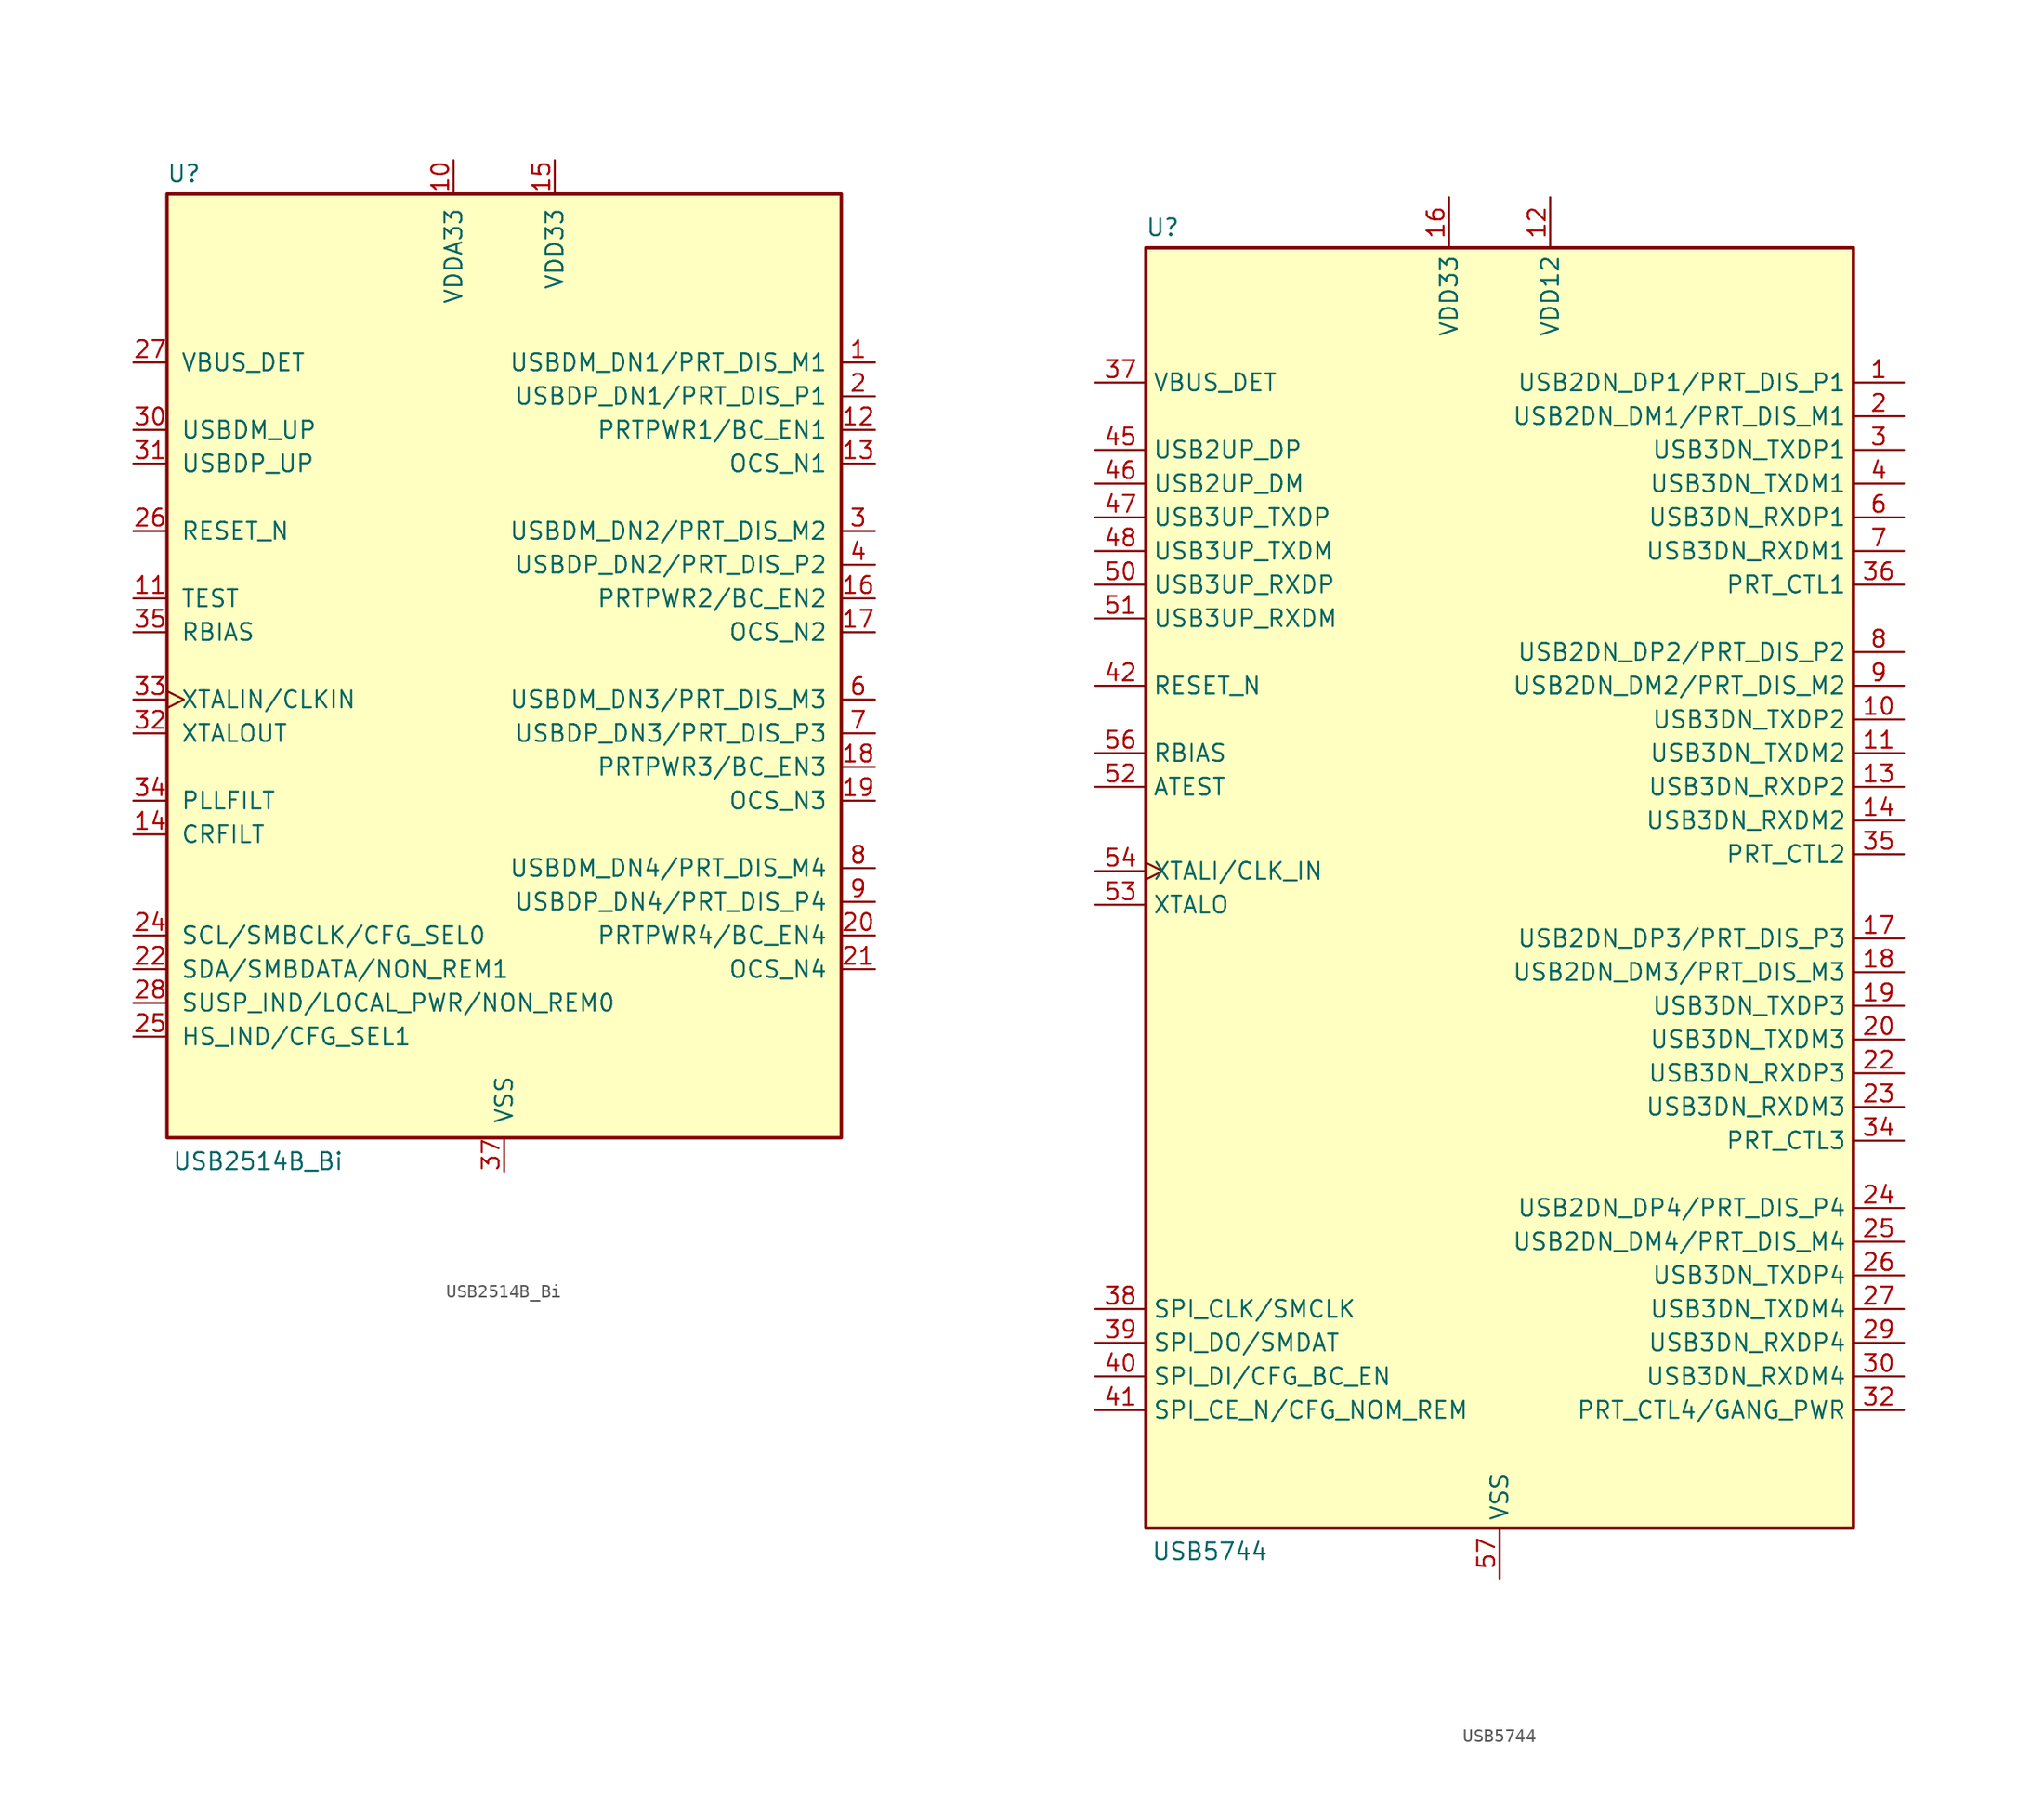
<source format=kicad_sym>
(kicad_symbol_lib
  (version 20241209)
  (generator "kicad_symbol_editor")
  (generator_version "9.0")
  (symbol "USB2514B_Bi"
    (pin_names
      (offset 1.016))
    (property "Reference" "U"
      (at -24.13 37.084 0)
      (effects (font (size 1.27 1.27))))
    (property "Value" "USB2514B_Bi"
      (at -18.542 -37.338 0)
      (effects (font (size 1.27 1.27))))
    (symbol "USB2514B_Bi_0_1"
      (rectangle (start -25.4 35.56) (end 25.4 -35.56) (stroke (width 0.254) (type default)) (fill (type background))))
    (symbol "USB2514B_Bi_1_1"
      (pin input line (at -27.94 22.86 0) (length 2.54) (name "VBUS_DET" (effects (font (size 1.27 1.27)))) (number "27" (effects (font (size 1.27 1.27)))))
      (pin bidirectional line (at -27.94 17.78 0) (length 2.54) (name "USBDM_UP" (effects (font (size 1.27 1.27)))) (number "30" (effects (font (size 1.27 1.27)))))
      (pin bidirectional line (at -27.94 15.24 0) (length 2.54) (name "USBDP_UP" (effects (font (size 1.27 1.27)))) (number "31" (effects (font (size 1.27 1.27)))))
      (pin input line (at -27.94 10.16 0) (length 2.54) (name "RESET_N" (effects (font (size 1.27 1.27)))) (number "26" (effects (font (size 1.27 1.27)))))
      (pin input line (at -27.94 5.08 0) (length 2.54) (name "TEST" (effects (font (size 1.27 1.27)))) (number "11" (effects (font (size 1.27 1.27)))))
      (pin input line (at -27.94 2.54 0) (length 2.54) (name "RBIAS" (effects (font (size 1.27 1.27)))) (number "35" (effects (font (size 1.27 1.27)))))
      (pin input clock (at -27.94 -2.54 0) (length 2.54) (name "XTALIN/CLKIN" (effects (font (size 1.27 1.27)))) (number "33" (effects (font (size 1.27 1.27)))))
      (pin output line (at -27.94 -5.08 0) (length 2.54) (name "XTALOUT" (effects (font (size 1.27 1.27)))) (number "32" (effects (font (size 1.27 1.27)))))
      (pin input line (at -27.94 -10.16 0) (length 2.54) (name "PLLFILT" (effects (font (size 1.27 1.27)))) (number "34" (effects (font (size 1.27 1.27)))))
      (pin input line (at -27.94 -12.7 0) (length 2.54) (name "CRFILT" (effects (font (size 1.27 1.27)))) (number "14" (effects (font (size 1.27 1.27)))))
      (pin bidirectional line (at -27.94 -20.32 0) (length 2.54) (name "SCL/SMBCLK/CFG_SEL0" (effects (font (size 1.27 1.27)))) (number "24" (effects (font (size 1.27 1.27)))))
      (pin bidirectional line (at -27.94 -22.86 0) (length 2.54) (name "SDA/SMBDATA/NON_REM1" (effects (font (size 1.27 1.27)))) (number "22" (effects (font (size 1.27 1.27)))))
      (pin bidirectional line (at -27.94 -25.4 0) (length 2.54) (name "SUSP_IND/LOCAL_PWR/NON_REM0" (effects (font (size 1.27 1.27)))) (number "28" (effects (font (size 1.27 1.27)))))
      (pin bidirectional line (at -27.94 -27.94 0) (length 2.54) (name "HS_IND/CFG_SEL1" (effects (font (size 1.27 1.27)))) (number "25" (effects (font (size 1.27 1.27)))))
      (pin input line (at -3.81 38.1 270) (length 2.54) (name "VDDA33" (effects (font (size 1.27 1.27)))) (number "10" (effects (font (size 1.27 1.27)))))
      (pin passive line (at -3.81 38.1 270) (length 2.54) (hide yes) (name "VDDA33" (effects (font (size 1.27 1.27)))) (number "29" (effects (font (size 1.27 1.27)))))
      (pin passive line (at -3.81 38.1 270) (length 2.54) (hide yes) (name "VDDA33" (effects (font (size 1.27 1.27)))) (number "36" (effects (font (size 1.27 1.27)))))
      (pin passive line (at -3.81 38.1 270) (length 2.54) (hide yes) (name "VDDA33" (effects (font (size 1.27 1.27)))) (number "5" (effects (font (size 1.27 1.27)))))
      (pin power_in line (at 0 -38.1 90) (length 2.54) (name "VSS" (effects (font (size 1.27 1.27)))) (number "37" (effects (font (size 1.27 1.27)))))
      (pin power_in line (at 3.81 38.1 270) (length 2.54) (name "VDD33" (effects (font (size 1.27 1.27)))) (number "15" (effects (font (size 1.27 1.27)))))
      (pin passive line (at 3.81 38.1 270) (length 2.54) (hide yes) (name "VDD33" (effects (font (size 1.27 1.27)))) (number "23" (effects (font (size 1.27 1.27)))))
      (pin bidirectional line (at 27.94 22.86 180) (length 2.54) (name "USBDM_DN1/PRT_DIS_M1" (effects (font (size 1.27 1.27)))) (number "1" (effects (font (size 1.27 1.27)))))
      (pin bidirectional line (at 27.94 20.32 180) (length 2.54) (name "USBDP_DN1/PRT_DIS_P1" (effects (font (size 1.27 1.27)))) (number "2" (effects (font (size 1.27 1.27)))))
      (pin bidirectional line (at 27.94 17.78 180) (length 2.54) (name "PRTPWR1/BC_EN1" (effects (font (size 1.27 1.27)))) (number "12" (effects (font (size 1.27 1.27)))))
      (pin input line (at 27.94 15.24 180) (length 2.54) (name "OCS_N1" (effects (font (size 1.27 1.27)))) (number "13" (effects (font (size 1.27 1.27)))))
      (pin bidirectional line (at 27.94 10.16 180) (length 2.54) (name "USBDM_DN2/PRT_DIS_M2" (effects (font (size 1.27 1.27)))) (number "3" (effects (font (size 1.27 1.27)))))
      (pin bidirectional line (at 27.94 7.62 180) (length 2.54) (name "USBDP_DN2/PRT_DIS_P2" (effects (font (size 1.27 1.27)))) (number "4" (effects (font (size 1.27 1.27)))))
      (pin bidirectional line (at 27.94 5.08 180) (length 2.54) (name "PRTPWR2/BC_EN2" (effects (font (size 1.27 1.27)))) (number "16" (effects (font (size 1.27 1.27)))))
      (pin input line (at 27.94 2.54 180) (length 2.54) (name "OCS_N2" (effects (font (size 1.27 1.27)))) (number "17" (effects (font (size 1.27 1.27)))))
      (pin bidirectional line (at 27.94 -2.54 180) (length 2.54) (name "USBDM_DN3/PRT_DIS_M3" (effects (font (size 1.27 1.27)))) (number "6" (effects (font (size 1.27 1.27)))))
      (pin bidirectional line (at 27.94 -5.08 180) (length 2.54) (name "USBDP_DN3/PRT_DIS_P3" (effects (font (size 1.27 1.27)))) (number "7" (effects (font (size 1.27 1.27)))))
      (pin bidirectional line (at 27.94 -7.62 180) (length 2.54) (name "PRTPWR3/BC_EN3" (effects (font (size 1.27 1.27)))) (number "18" (effects (font (size 1.27 1.27)))))
      (pin input line (at 27.94 -10.16 180) (length 2.54) (name "OCS_N3" (effects (font (size 1.27 1.27)))) (number "19" (effects (font (size 1.27 1.27)))))
      (pin bidirectional line (at 27.94 -15.24 180) (length 2.54) (name "USBDM_DN4/PRT_DIS_M4" (effects (font (size 1.27 1.27)))) (number "8" (effects (font (size 1.27 1.27)))))
      (pin bidirectional line (at 27.94 -17.78 180) (length 2.54) (name "USBDP_DN4/PRT_DIS_P4" (effects (font (size 1.27 1.27)))) (number "9" (effects (font (size 1.27 1.27)))))
      (pin bidirectional line (at 27.94 -20.32 180) (length 2.54) (name "PRTPWR4/BC_EN4" (effects (font (size 1.27 1.27)))) (number "20" (effects (font (size 1.27 1.27)))))
      (pin input line (at 27.94 -22.86 180) (length 2.54) (name "OCS_N4" (effects (font (size 1.27 1.27)))) (number "21" (effects (font (size 1.27 1.27)))))))
  (symbol "USB5744"
    (property "Reference" "U"
      (at -25.4 49.784 0)
      (effects (font (size 1.27 1.27))))
    (property "Value" "USB5744"
      (at -21.844 -50.038 0)
      (effects (font (size 1.27 1.27))))
    (symbol "USB5744_0_1"
      (rectangle (start -26.67 48.26) (end 26.67 -48.26) (stroke (width 0.254) (type default)) (fill (type background))))
    (symbol "USB5744_1_1"
      (pin bidirectional line (at -30.48 38.1 0) (length 3.81) (name "VBUS_DET" (effects (font (size 1.27 1.27)))) (number "37" (effects (font (size 1.27 1.27)))))
      (pin bidirectional line (at -30.48 33.02 0) (length 3.81) (name "USB2UP_DP" (effects (font (size 1.27 1.27)))) (number "45" (effects (font (size 1.27 1.27)))))
      (pin bidirectional line (at -30.48 30.48 0) (length 3.81) (name "USB2UP_DM" (effects (font (size 1.27 1.27)))) (number "46" (effects (font (size 1.27 1.27)))))
      (pin output line (at -30.48 27.94 0) (length 3.81) (name "USB3UP_TXDP" (effects (font (size 1.27 1.27)))) (number "47" (effects (font (size 1.27 1.27)))))
      (pin output line (at -30.48 25.4 0) (length 3.81) (name "USB3UP_TXDM" (effects (font (size 1.27 1.27)))) (number "48" (effects (font (size 1.27 1.27)))))
      (pin input line (at -30.48 22.86 0) (length 3.81) (name "USB3UP_RXDP" (effects (font (size 1.27 1.27)))) (number "50" (effects (font (size 1.27 1.27)))))
      (pin input line (at -30.48 20.32 0) (length 3.81) (name "USB3UP_RXDM" (effects (font (size 1.27 1.27)))) (number "51" (effects (font (size 1.27 1.27)))))
      (pin input line (at -30.48 15.24 0) (length 3.81) (name "RESET_N" (effects (font (size 1.27 1.27)))) (number "42" (effects (font (size 1.27 1.27)))))
      (pin passive line (at -30.48 10.16 0) (length 3.81) (name "RBIAS" (effects (font (size 1.27 1.27)))) (number "56" (effects (font (size 1.27 1.27)))))
      (pin passive line (at -30.48 7.62 0) (length 3.81) (name "ATEST" (effects (font (size 1.27 1.27)))) (number "52" (effects (font (size 1.27 1.27)))))
      (pin input clock (at -30.48 1.27 0) (length 3.81) (name "XTALI/CLK_IN" (effects (font (size 1.27 1.27)))) (number "54" (effects (font (size 1.27 1.27)))))
      (pin output line (at -30.48 -1.27 0) (length 3.81) (name "XTALO" (effects (font (size 1.27 1.27)))) (number "53" (effects (font (size 1.27 1.27)))))
      (pin input line (at -30.48 -31.75 0) (length 3.81) (name "SPI_CLK/SMCLK" (effects (font (size 1.27 1.27)))) (number "38" (effects (font (size 1.27 1.27)))))
      (pin output line (at -30.48 -34.29 0) (length 3.81) (name "SPI_DO/SMDAT" (effects (font (size 1.27 1.27)))) (number "39" (effects (font (size 1.27 1.27)))))
      (pin input line (at -30.48 -36.83 0) (length 3.81) (name "SPI_DI/CFG_BC_EN" (effects (font (size 1.27 1.27)))) (number "40" (effects (font (size 1.27 1.27)))))
      (pin input line (at -30.48 -39.37 0) (length 3.81) (name "SPI_CE_N/CFG_NOM_REM" (effects (font (size 1.27 1.27)))) (number "41" (effects (font (size 1.27 1.27)))))
      (pin power_in line (at -3.81 52.07 270) (length 3.81) (name "VDD33" (effects (font (size 1.27 1.27)))) (number "16" (effects (font (size 1.27 1.27)))))
      (pin passive line (at -3.81 52.07 270) (length 3.81) (hide yes) (name "VDD33" (effects (font (size 1.27 1.27)))) (number "31" (effects (font (size 1.27 1.27)))))
      (pin passive line (at -3.81 52.07 270) (length 3.81) (hide yes) (name "VDD33" (effects (font (size 1.27 1.27)))) (number "44" (effects (font (size 1.27 1.27)))))
      (pin passive line (at -3.81 52.07 270) (length 3.81) (hide yes) (name "VDD33" (effects (font (size 1.27 1.27)))) (number "55" (effects (font (size 1.27 1.27)))))
      (pin power_out line (at 0 -52.07 90) (length 3.81) (name "VSS" (effects (font (size 1.27 1.27)))) (number "57" (effects (font (size 1.27 1.27)))))
      (pin power_in line (at 3.81 52.07 270) (length 3.81) (name "VDD12" (effects (font (size 1.27 1.27)))) (number "12" (effects (font (size 1.27 1.27)))))
      (pin passive line (at 3.81 52.07 270) (length 3.81) (hide yes) (name "VDD12" (effects (font (size 1.27 1.27)))) (number "15" (effects (font (size 1.27 1.27)))))
      (pin passive line (at 3.81 52.07 270) (length 3.81) (hide yes) (name "VDD12" (effects (font (size 1.27 1.27)))) (number "21" (effects (font (size 1.27 1.27)))))
      (pin passive line (at 3.81 52.07 270) (length 3.81) (hide yes) (name "VDD12" (effects (font (size 1.27 1.27)))) (number "28" (effects (font (size 1.27 1.27)))))
      (pin passive line (at 3.81 52.07 270) (length 3.81) (hide yes) (name "VDD12" (effects (font (size 1.27 1.27)))) (number "33" (effects (font (size 1.27 1.27)))))
      (pin passive line (at 3.81 52.07 270) (length 3.81) (hide yes) (name "VDD12" (effects (font (size 1.27 1.27)))) (number "43" (effects (font (size 1.27 1.27)))))
      (pin passive line (at 3.81 52.07 270) (length 3.81) (hide yes) (name "VDD12" (effects (font (size 1.27 1.27)))) (number "49" (effects (font (size 1.27 1.27)))))
      (pin passive line (at 3.81 52.07 270) (length 3.81) (hide yes) (name "VDD12" (effects (font (size 1.27 1.27)))) (number "5" (effects (font (size 1.27 1.27)))))
      (pin bidirectional line (at 30.48 38.1 180) (length 3.81) (name "USB2DN_DP1/PRT_DIS_P1" (effects (font (size 1.27 1.27)))) (number "1" (effects (font (size 1.27 1.27)))))
      (pin bidirectional line (at 30.48 35.56 180) (length 3.81) (name "USB2DN_DM1/PRT_DIS_M1" (effects (font (size 1.27 1.27)))) (number "2" (effects (font (size 1.27 1.27)))))
      (pin output line (at 30.48 33.02 180) (length 3.81) (name "USB3DN_TXDP1" (effects (font (size 1.27 1.27)))) (number "3" (effects (font (size 1.27 1.27)))))
      (pin output line (at 30.48 30.48 180) (length 3.81) (name "USB3DN_TXDM1" (effects (font (size 1.27 1.27)))) (number "4" (effects (font (size 1.27 1.27)))))
      (pin input line (at 30.48 27.94 180) (length 3.81) (name "USB3DN_RXDP1" (effects (font (size 1.27 1.27)))) (number "6" (effects (font (size 1.27 1.27)))))
      (pin input line (at 30.48 25.4 180) (length 3.81) (name "USB3DN_RXDM1" (effects (font (size 1.27 1.27)))) (number "7" (effects (font (size 1.27 1.27)))))
      (pin bidirectional line (at 30.48 22.86 180) (length 3.81) (name "PRT_CTL1" (effects (font (size 1.27 1.27)))) (number "36" (effects (font (size 1.27 1.27)))))
      (pin bidirectional line (at 30.48 17.78 180) (length 3.81) (name "USB2DN_DP2/PRT_DIS_P2" (effects (font (size 1.27 1.27)))) (number "8" (effects (font (size 1.27 1.27)))))
      (pin bidirectional line (at 30.48 15.24 180) (length 3.81) (name "USB2DN_DM2/PRT_DIS_M2" (effects (font (size 1.27 1.27)))) (number "9" (effects (font (size 1.27 1.27)))))
      (pin output line (at 30.48 12.7 180) (length 3.81) (name "USB3DN_TXDP2" (effects (font (size 1.27 1.27)))) (number "10" (effects (font (size 1.27 1.27)))))
      (pin output line (at 30.48 10.16 180) (length 3.81) (name "USB3DN_TXDM2" (effects (font (size 1.27 1.27)))) (number "11" (effects (font (size 1.27 1.27)))))
      (pin input line (at 30.48 7.62 180) (length 3.81) (name "USB3DN_RXDP2" (effects (font (size 1.27 1.27)))) (number "13" (effects (font (size 1.27 1.27)))))
      (pin input line (at 30.48 5.08 180) (length 3.81) (name "USB3DN_RXDM2" (effects (font (size 1.27 1.27)))) (number "14" (effects (font (size 1.27 1.27)))))
      (pin bidirectional line (at 30.48 2.54 180) (length 3.81) (name "PRT_CTL2" (effects (font (size 1.27 1.27)))) (number "35" (effects (font (size 1.27 1.27)))))
      (pin bidirectional line (at 30.48 -3.81 180) (length 3.81) (name "USB2DN_DP3/PRT_DIS_P3" (effects (font (size 1.27 1.27)))) (number "17" (effects (font (size 1.27 1.27)))))
      (pin bidirectional line (at 30.48 -6.35 180) (length 3.81) (name "USB2DN_DM3/PRT_DIS_M3" (effects (font (size 1.27 1.27)))) (number "18" (effects (font (size 1.27 1.27)))))
      (pin output line (at 30.48 -8.89 180) (length 3.81) (name "USB3DN_TXDP3" (effects (font (size 1.27 1.27)))) (number "19" (effects (font (size 1.27 1.27)))))
      (pin output line (at 30.48 -11.43 180) (length 3.81) (name "USB3DN_TXDM3" (effects (font (size 1.27 1.27)))) (number "20" (effects (font (size 1.27 1.27)))))
      (pin input line (at 30.48 -13.97 180) (length 3.81) (name "USB3DN_RXDP3" (effects (font (size 1.27 1.27)))) (number "22" (effects (font (size 1.27 1.27)))))
      (pin input line (at 30.48 -16.51 180) (length 3.81) (name "USB3DN_RXDM3" (effects (font (size 1.27 1.27)))) (number "23" (effects (font (size 1.27 1.27)))))
      (pin bidirectional line (at 30.48 -19.05 180) (length 3.81) (name "PRT_CTL3" (effects (font (size 1.27 1.27)))) (number "34" (effects (font (size 1.27 1.27)))))
      (pin bidirectional line (at 30.48 -24.13 180) (length 3.81) (name "USB2DN_DP4/PRT_DIS_P4" (effects (font (size 1.27 1.27)))) (number "24" (effects (font (size 1.27 1.27)))))
      (pin bidirectional line (at 30.48 -26.67 180) (length 3.81) (name "USB2DN_DM4/PRT_DIS_M4" (effects (font (size 1.27 1.27)))) (number "25" (effects (font (size 1.27 1.27)))))
      (pin output line (at 30.48 -29.21 180) (length 3.81) (name "USB3DN_TXDP4" (effects (font (size 1.27 1.27)))) (number "26" (effects (font (size 1.27 1.27)))))
      (pin output line (at 30.48 -31.75 180) (length 3.81) (name "USB3DN_TXDM4" (effects (font (size 1.27 1.27)))) (number "27" (effects (font (size 1.27 1.27)))))
      (pin input line (at 30.48 -34.29 180) (length 3.81) (name "USB3DN_RXDP4" (effects (font (size 1.27 1.27)))) (number "29" (effects (font (size 1.27 1.27)))))
      (pin input line (at 30.48 -36.83 180) (length 3.81) (name "USB3DN_RXDM4" (effects (font (size 1.27 1.27)))) (number "30" (effects (font (size 1.27 1.27)))))
      (pin bidirectional line (at 30.48 -39.37 180) (length 3.81) (name "PRT_CTL4/GANG_PWR" (effects (font (size 1.27 1.27)))) (number "32" (effects (font (size 1.27 1.27))))))))
</source>
